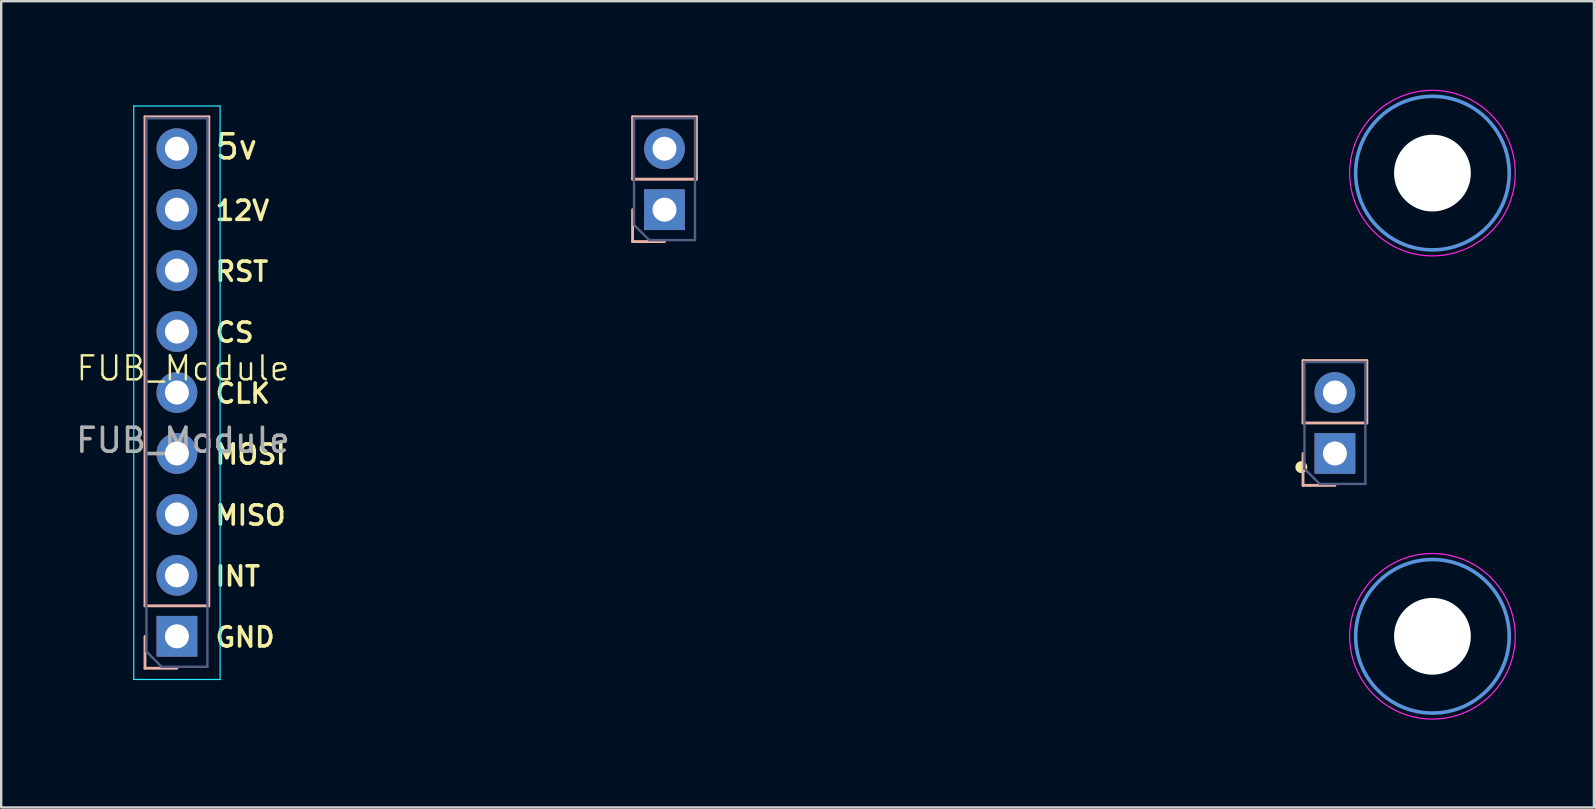
<source format=kicad_pcb>
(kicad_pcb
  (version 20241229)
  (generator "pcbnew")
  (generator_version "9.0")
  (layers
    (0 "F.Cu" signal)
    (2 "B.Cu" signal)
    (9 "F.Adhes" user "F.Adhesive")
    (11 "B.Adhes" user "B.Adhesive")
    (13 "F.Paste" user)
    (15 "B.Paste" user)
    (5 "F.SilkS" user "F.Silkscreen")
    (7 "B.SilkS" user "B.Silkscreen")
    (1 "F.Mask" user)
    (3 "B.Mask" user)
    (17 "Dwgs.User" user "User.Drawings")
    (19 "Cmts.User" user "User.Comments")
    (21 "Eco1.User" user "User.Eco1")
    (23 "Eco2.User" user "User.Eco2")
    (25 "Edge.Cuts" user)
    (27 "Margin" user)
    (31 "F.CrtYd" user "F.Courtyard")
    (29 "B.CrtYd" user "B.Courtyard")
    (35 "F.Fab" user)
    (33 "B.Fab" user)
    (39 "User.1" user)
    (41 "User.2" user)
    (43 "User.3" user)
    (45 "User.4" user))
  (footprint "FUB_Module"
    (layer "F.Cu")
    (at 4.577 12.8)
    (property "Reference" "FUB_Module" (at 0 -0.5 0) (unlocked yes) (layer "F.SilkS") (effects (font (size 1 1) (thickness 0.1))))
    (attr through_hole)
    (fp_circle (center 46.606 3.618) (end 46.606 3.493) (stroke (width 0.25) (type solid)) (fill no) (layer "F.SilkS"))
    (fp_line (start -1.584 -10.982) (end 1.076 -10.982) (stroke (width 0.12) (type solid)) (layer "B.SilkS"))
    (fp_line (start -1.584 9.398) (end -1.584 -10.982) (stroke (width 0.12) (type solid)) (layer "B.SilkS"))
    (fp_line (start -1.584 9.398) (end 1.076 9.398) (stroke (width 0.12) (type solid)) (layer "B.SilkS"))
    (fp_line (start -1.584 10.668) (end -1.584 11.998) (stroke (width 0.12) (type solid)) (layer "B.SilkS"))
    (fp_line (start -1.584 11.998) (end -0.254 11.998) (stroke (width 0.12) (type solid)) (layer "B.SilkS"))
    (fp_line (start 1.076 9.398) (end 1.076 -10.982) (stroke (width 0.12) (type solid)) (layer "B.SilkS"))
    (fp_line (start 18.736 -10.982) (end 21.396 -10.982) (stroke (width 0.12) (type solid)) (layer "B.SilkS"))
    (fp_line (start 18.736 -8.382) (end 18.736 -10.982) (stroke (width 0.12) (type solid)) (layer "B.SilkS"))
    (fp_line (start 18.736 -8.382) (end 21.396 -8.382) (stroke (width 0.12) (type solid)) (layer "B.SilkS"))
    (fp_line (start 18.736 -7.112) (end 18.736 -5.782) (stroke (width 0.12) (type solid)) (layer "B.SilkS"))
    (fp_line (start 18.736 -5.782) (end 20.066 -5.782) (stroke (width 0.12) (type solid)) (layer "B.SilkS"))
    (fp_line (start 21.396 -8.382) (end 21.396 -10.982) (stroke (width 0.12) (type solid)) (layer "B.SilkS"))
    (fp_line (start 46.676 -0.822) (end 49.336 -0.822) (stroke (width 0.12) (type solid)) (layer "B.SilkS"))
    (fp_line (start 46.676 1.778) (end 46.676 -0.822) (stroke (width 0.12) (type solid)) (layer "B.SilkS"))
    (fp_line (start 46.676 1.778) (end 49.336 1.778) (stroke (width 0.12) (type solid)) (layer "B.SilkS"))
    (fp_line (start 46.676 3.048) (end 46.676 4.378) (stroke (width 0.12) (type solid)) (layer "B.SilkS"))
    (fp_line (start 46.676 4.378) (end 48.006 4.378) (stroke (width 0.12) (type solid)) (layer "B.SilkS"))
    (fp_line (start 49.336 1.778) (end 49.336 -0.822) (stroke (width 0.12) (type solid)) (layer "B.SilkS"))
    (fp_circle (center 52.07 -8.636) (end 55.27 -8.636) (stroke (width 0.15) (type solid)) (fill no) (layer "Cmts.User"))
    (fp_circle (center 52.07 10.668) (end 55.27 10.668) (stroke (width 0.15) (type solid)) (fill no) (layer "Cmts.User"))
    (fp_rect (start -2.5 -12.75) (end 55.75 14.75) (stroke (width 0.1) (type default)) (fill no) (layer "Margin"))
    (fp_line (start -2.054 -11.432) (end 1.546 -11.432) (stroke (width 0.05) (type solid)) (layer "B.CrtYd"))
    (fp_line (start -2.054 12.468) (end -2.054 -11.432) (stroke (width 0.05) (type solid)) (layer "B.CrtYd"))
    (fp_line (start 1.546 -11.432) (end 1.546 12.468) (stroke (width 0.05) (type solid)) (layer "B.CrtYd"))
    (fp_line (start 1.546 12.468) (end -2.054 12.468) (stroke (width 0.05) (type solid)) (layer "B.CrtYd"))
    (fp_circle (center 52.07 -8.636) (end 55.52 -8.636) (stroke (width 0.05) (type solid)) (fill no) (layer "F.CrtYd"))
    (fp_circle (center 52.07 10.668) (end 55.52 10.668) (stroke (width 0.05) (type solid)) (fill no) (layer "F.CrtYd"))
    (fp_line (start -1.524 -10.922) (end -1.524 11.303) (stroke (width 0.1) (type solid)) (layer "B.Fab"))
    (fp_line (start -1.524 11.303) (end -0.889 11.938) (stroke (width 0.1) (type solid)) (layer "B.Fab"))
    (fp_line (start -0.889 11.938) (end 1.016 11.938) (stroke (width 0.1) (type solid)) (layer "B.Fab"))
    (fp_line (start 1.016 -10.922) (end -1.524 -10.922) (stroke (width 0.1) (type solid)) (layer "B.Fab"))
    (fp_line (start 1.016 11.938) (end 1.016 -10.922) (stroke (width 0.1) (type solid)) (layer "B.Fab"))
    (fp_line (start 18.796 -10.922) (end 18.796 -6.477) (stroke (width 0.1) (type solid)) (layer "B.Fab"))
    (fp_line (start 18.796 -6.477) (end 19.431 -5.842) (stroke (width 0.1) (type solid)) (layer "B.Fab"))
    (fp_line (start 19.431 -5.842) (end 21.336 -5.842) (stroke (width 0.1) (type solid)) (layer "B.Fab"))
    (fp_line (start 21.336 -10.922) (end 18.796 -10.922) (stroke (width 0.1) (type solid)) (layer "B.Fab"))
    (fp_line (start 21.336 -5.842) (end 21.336 -10.922) (stroke (width 0.1) (type solid)) (layer "B.Fab"))
    (fp_line (start 46.736 -0.762) (end 46.736 3.683) (stroke (width 0.1) (type solid)) (layer "B.Fab"))
    (fp_line (start 46.736 3.683) (end 47.371 4.318) (stroke (width 0.1) (type solid)) (layer "B.Fab"))
    (fp_line (start 47.371 4.318) (end 49.276 4.318) (stroke (width 0.1) (type solid)) (layer "B.Fab"))
    (fp_line (start 49.276 -0.762) (end 46.736 -0.762) (stroke (width 0.1) (type solid)) (layer "B.Fab"))
    (fp_line (start 49.276 4.318) (end 49.276 -0.762) (stroke (width 0.1) (type solid)) (layer "B.Fab"))
    (fp_text user "CLK\n" (at 1.27 1.016 0) (unlocked yes) (layer "F.SilkS") (effects (font (size 0.8 0.8) (thickness 0.15)) (justify left bottom)))
    (fp_text user "MOSI\n" (at 1.27 3.556 0) (unlocked yes) (layer "F.SilkS") (effects (font (size 0.8 0.8) (thickness 0.15)) (justify left bottom)))
    (fp_text user "GND" (at 1.27 11.176 0) (unlocked yes) (layer "F.SilkS") (effects (font (size 0.8 0.8) (thickness 0.15)) (justify left bottom)))
    (fp_text user "MISO" (at 1.27 6.096 0) (unlocked yes) (layer "F.SilkS") (effects (font (size 0.8 0.8) (thickness 0.15)) (justify left bottom)))
    (fp_text user "5v" (at 1.27 -9.144 0) (unlocked yes) (layer "F.SilkS") (effects (font (size 1 1) (thickness 0.15)) (justify left bottom)))
    (fp_text user "12V" (at 1.27 -6.604 0) (unlocked yes) (layer "F.SilkS") (effects (font (size 0.8 0.8) (thickness 0.15)) (justify left bottom)))
    (fp_text user "INT" (at 1.27 8.636 0) (unlocked yes) (layer "F.SilkS") (effects (font (size 0.8 0.8) (thickness 0.15)) (justify left bottom)))
    (fp_text user "RST" (at 1.27 -4.064 0) (unlocked yes) (layer "F.SilkS") (effects (font (size 0.8 0.8) (thickness 0.15)) (justify left bottom)))
    (fp_text user "CS" (at 1.27 -1.524 0) (unlocked yes) (layer "F.SilkS") (effects (font (size 0.8 0.8) (thickness 0.15)) (justify left bottom)))
    (fp_text user "${REFERENCE}" (at 0 2.5 0) (unlocked yes) (layer "F.Fab") (effects (font (size 1 1) (thickness 0.15))))
    (pad "" np_thru_hole circle (at 52.07 -8.636) (size 3.2 3.2) (drill 3.2) (layers "*.Cu" "*.Mask"))
    (pad "" np_thru_hole circle (at 52.07 10.668) (size 3.2 3.2) (drill 3.2) (layers "*.Cu" "*.Mask"))
    (pad "1" thru_hole rect (at -0.254 10.668) (size 1.7 1.7) (drill 1) (layers "*.Cu" "*.Mask"))
    (pad "2" thru_hole oval (at -0.254 8.128) (size 1.7 1.7) (drill 1) (layers "*.Cu" "*.Mask"))
    (pad "3" thru_hole oval (at -0.254 5.588) (size 1.7 1.7) (drill 1) (layers "*.Cu" "*.Mask"))
    (pad "4" thru_hole oval (at -0.254 3.048) (size 1.7 1.7) (drill 1) (layers "*.Cu" "*.Mask"))
    (pad "5" thru_hole oval (at -0.254 0.508) (size 1.7 1.7) (drill 1) (layers "*.Cu" "*.Mask"))
    (pad "6" thru_hole oval (at -0.254 -2.032) (size 1.7 1.7) (drill 1) (layers "*.Cu" "*.Mask"))
    (pad "7" thru_hole oval (at -0.254 -4.572) (size 1.7 1.7) (drill 1) (layers "*.Cu" "*.Mask"))
    (pad "8" thru_hole oval (at -0.254 -7.112) (size 1.7 1.7) (drill 1) (layers "*.Cu" "*.Mask"))
    (pad "9" thru_hole oval (at -0.254 -9.652) (size 1.7 1.7) (drill 1) (layers "*.Cu" "*.Mask"))
    (pad "10" thru_hole rect (at 20.066 -7.112) (size 1.7 1.7) (drill 1) (layers "*.Cu" "*.Mask"))
    (pad "11" thru_hole oval (at 20.066 -9.652) (size 1.7 1.7) (drill 1) (layers "*.Cu" "*.Mask"))
    (pad "12" thru_hole rect (at 48.006 3.048) (size 1.7 1.7) (drill 1) (layers "*.Cu" "*.Mask"))
    (pad "13" thru_hole oval (at 48.006 0.508) (size 1.7 1.7) (drill 1) (layers "*.Cu" "*.Mask")))
  (gr_rect
    (start -3 -3)
    (end 63.377 30.6)
    (stroke (width 0.1) (type default))
    (fill no)
    (layer "Edge.Cuts")))
</source>
